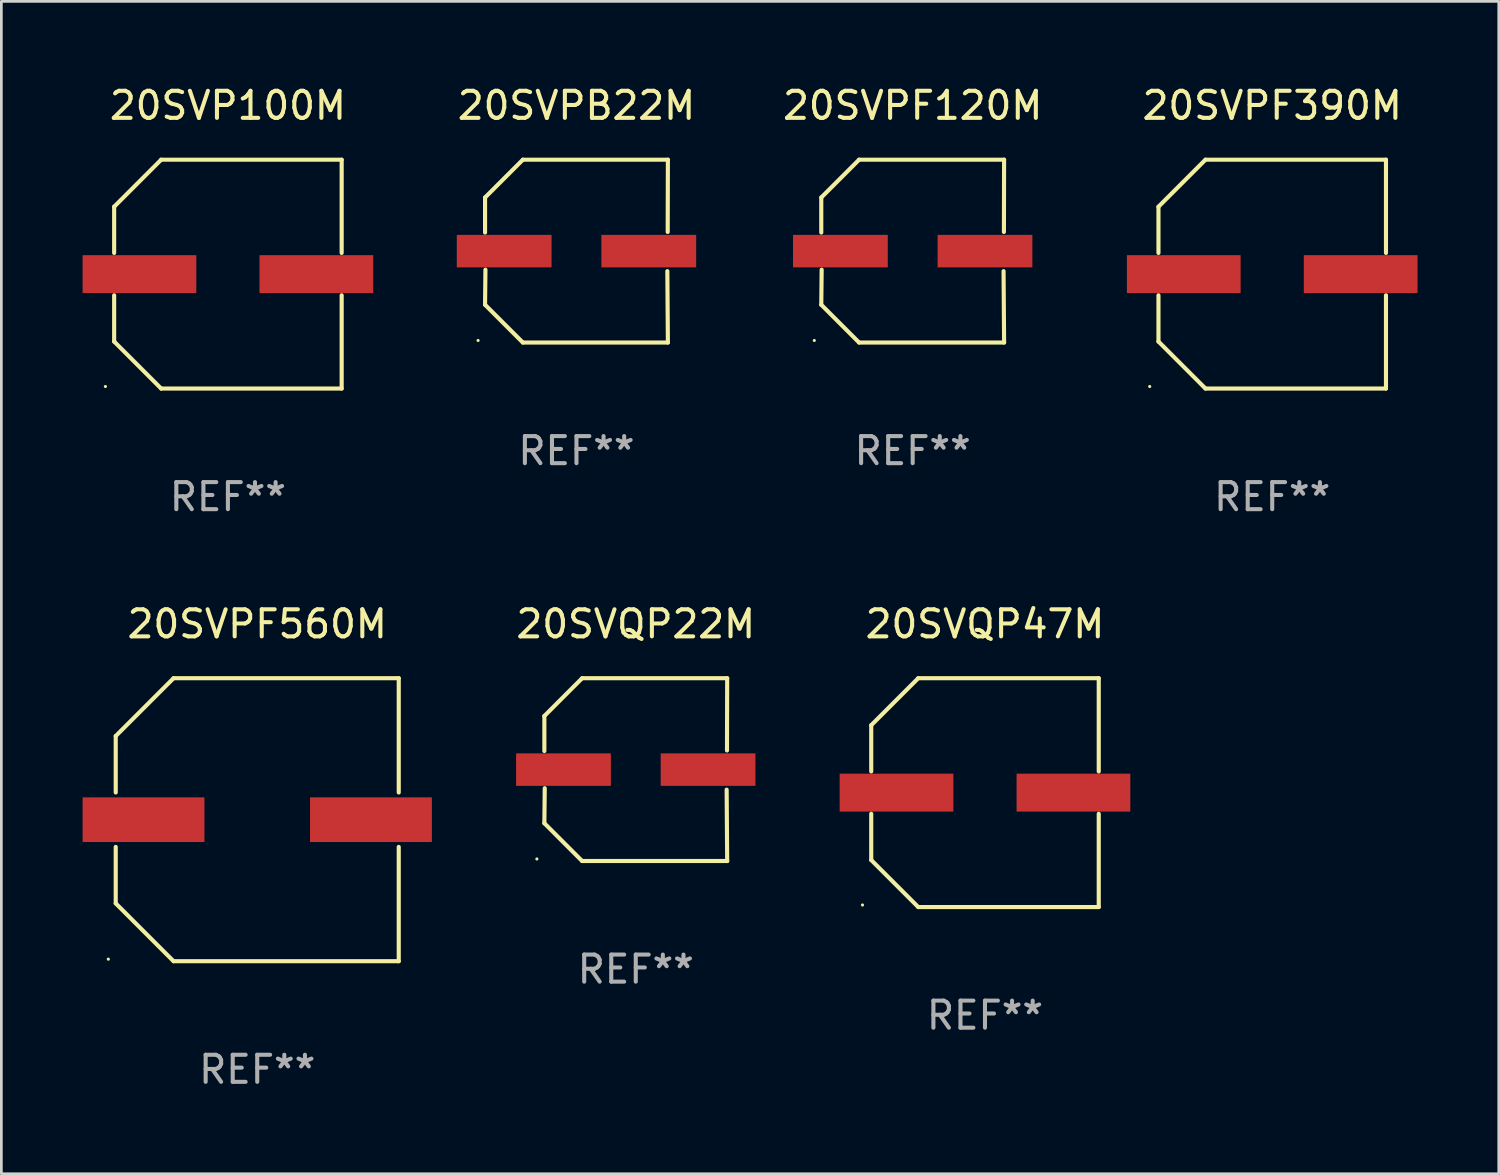
<source format=kicad_pcb>
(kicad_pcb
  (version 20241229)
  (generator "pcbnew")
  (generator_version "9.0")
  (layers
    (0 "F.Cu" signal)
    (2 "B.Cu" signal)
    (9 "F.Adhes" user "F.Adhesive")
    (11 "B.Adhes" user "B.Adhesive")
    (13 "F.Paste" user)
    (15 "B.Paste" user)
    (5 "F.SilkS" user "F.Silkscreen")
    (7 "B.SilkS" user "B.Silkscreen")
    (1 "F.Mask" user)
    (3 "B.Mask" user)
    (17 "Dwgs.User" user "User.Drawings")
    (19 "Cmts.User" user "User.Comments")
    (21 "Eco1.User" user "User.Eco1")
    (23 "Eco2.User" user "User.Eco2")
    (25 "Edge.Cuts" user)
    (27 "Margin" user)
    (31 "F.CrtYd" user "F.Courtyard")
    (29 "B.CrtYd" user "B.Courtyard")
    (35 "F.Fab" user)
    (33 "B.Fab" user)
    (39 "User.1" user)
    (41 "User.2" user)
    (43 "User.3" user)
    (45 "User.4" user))
  (footprint "20SVPF560M"
    (layer "F.Cu")
    (at 6.45 27.223)
    (property "Reference" "20SVPF560M" (at 0 -7.226 0) (layer "F.SilkS") (effects (font (size 1 1) (thickness 0.15))))
    (attr through_hole)
    (fp_line (start -5.226 -3.09) (end -5.226 -1.005) (stroke (width 0.152) (type solid)) (layer "F.SilkS"))
    (fp_line (start -5.226 1.005) (end -5.226 3.09) (stroke (width 0.152) (type solid)) (layer "F.SilkS"))
    (fp_line (start -3.09 -5.226) (end -5.226 -3.09) (stroke (width 0.152) (type solid)) (layer "F.SilkS"))
    (fp_line (start -3.09 5.226) (end -5.226 3.09) (stroke (width 0.152) (type solid)) (layer "F.SilkS"))
    (fp_line (start 5.226 -5.226) (end -3.09 -5.226) (stroke (width 0.152) (type solid)) (layer "F.SilkS"))
    (fp_line (start 5.226 -5.226) (end 5.226 -1.005) (stroke (width 0.152) (type solid)) (layer "F.SilkS"))
    (fp_line (start 5.226 1.005) (end 5.226 5.226) (stroke (width 0.152) (type solid)) (layer "F.SilkS"))
    (fp_line (start 5.226 5.226) (end -3.09 5.226) (stroke (width 0.152) (type solid)) (layer "F.SilkS"))
    (fp_circle (center -5.5 5.15) (end -5.47 5.15) (stroke (width 0.06) (type solid)) (fill no) (layer "F.SilkS"))
    (fp_text user "REF**" (at 0 9.226 0) (layer "F.Fab") (effects (font (size 1 1) (thickness 0.15))))
    (pad "1" smd rect (at -4.2 0.000216) (size 4.5 1.65) (layers "F.Cu" "F.Mask" "F.Paste"))
    (pad "2" smd rect (at 4.2 0.000216) (size 4.5 1.65) (layers "F.Cu" "F.Mask" "F.Paste")))
  (footprint "20SVQP47M"
    (layer "F.Cu")
    (at 33.327 26.223)
    (property "Reference" "20SVQP47M" (at 0 -6.226 0) (layer "F.SilkS") (effects (font (size 1 1) (thickness 0.15))))
    (attr through_hole)
    (fp_line (start -4.201 -2.49) (end -4.201 -0.782) (stroke (width 0.152) (type solid)) (layer "F.SilkS"))
    (fp_line (start -4.201 2.49) (end -4.201 0.782) (stroke (width 0.152) (type solid)) (layer "F.SilkS"))
    (fp_line (start -2.465 -4.226) (end -4.201 -2.49) (stroke (width 0.152) (type solid)) (layer "F.SilkS"))
    (fp_line (start -2.465 4.226) (end -4.201 2.49) (stroke (width 0.152) (type solid)) (layer "F.SilkS"))
    (fp_line (start 4.201 -4.226) (end -2.465 -4.226) (stroke (width 0.152) (type solid)) (layer "F.SilkS"))
    (fp_line (start 4.201 -0.782) (end 4.201 -4.226) (stroke (width 0.152) (type solid)) (layer "F.SilkS"))
    (fp_line (start 4.201 0.782) (end 4.201 4.226) (stroke (width 0.152) (type solid)) (layer "F.SilkS"))
    (fp_line (start 4.201 4.226) (end -2.465 4.226) (stroke (width 0.152) (type solid)) (layer "F.SilkS"))
    (fp_circle (center -4.524 4.15) (end -4.494 4.15) (stroke (width 0.06) (type solid)) (fill no) (layer "F.SilkS"))
    (fp_text user "REF**" (at 0 8.226 0) (layer "F.Fab") (effects (font (size 1 1) (thickness 0.15))))
    (pad "1" smd rect (at -3.267 0) (size 4.2 1.4) (layers "F.Cu" "F.Mask" "F.Paste"))
    (pad "2" smd rect (at 3.267 0) (size 4.2 1.4) (layers "F.Cu" "F.Mask" "F.Paste")))
  (footprint "20SVP100M"
    (layer "F.Cu")
    (at 5.367 7.074)
    (property "Reference" "20SVP100M" (at 0 -6.226 0) (layer "F.SilkS") (effects (font (size 1 1) (thickness 0.15))))
    (attr through_hole)
    (fp_line (start -4.201 -2.49) (end -4.201 -0.782) (stroke (width 0.152) (type solid)) (layer "F.SilkS"))
    (fp_line (start -4.201 2.49) (end -4.201 0.782) (stroke (width 0.152) (type solid)) (layer "F.SilkS"))
    (fp_line (start -2.465 -4.226) (end -4.201 -2.49) (stroke (width 0.152) (type solid)) (layer "F.SilkS"))
    (fp_line (start -2.465 4.226) (end -4.201 2.49) (stroke (width 0.152) (type solid)) (layer "F.SilkS"))
    (fp_line (start 4.201 -4.226) (end -2.465 -4.226) (stroke (width 0.152) (type solid)) (layer "F.SilkS"))
    (fp_line (start 4.201 -0.782) (end 4.201 -4.226) (stroke (width 0.152) (type solid)) (layer "F.SilkS"))
    (fp_line (start 4.201 0.782) (end 4.201 4.226) (stroke (width 0.152) (type solid)) (layer "F.SilkS"))
    (fp_line (start 4.201 4.226) (end -2.465 4.226) (stroke (width 0.152) (type solid)) (layer "F.SilkS"))
    (fp_circle (center -4.524 4.15) (end -4.494 4.15) (stroke (width 0.06) (type solid)) (fill no) (layer "F.SilkS"))
    (fp_text user "REF**" (at 0 8.226 0) (layer "F.Fab") (effects (font (size 1 1) (thickness 0.15))))
    (pad "1" smd rect (at -3.267 0) (size 4.2 1.4) (layers "F.Cu" "F.Mask" "F.Paste"))
    (pad "2" smd rect (at 3.267 0) (size 4.2 1.4) (layers "F.Cu" "F.Mask" "F.Paste")))
  (footprint "20SVQP22M"
    (layer "F.Cu")
    (at 20.43 25.373)
    (property "Reference" "20SVQP22M" (at 0 -5.376 0) (layer "F.SilkS") (effects (font (size 1 1) (thickness 0.15))))
    (attr through_hole)
    (fp_line (start -3.376 -1.98) (end -3.376 -0.686) (stroke (width 0.152) (type solid)) (layer "F.SilkS"))
    (fp_line (start -3.376 1.981) (end -3.362 0.686) (stroke (width 0.152) (type solid)) (layer "F.SilkS"))
    (fp_line (start -1.981 3.376) (end -3.376 1.981) (stroke (width 0.152) (type solid)) (layer "F.SilkS"))
    (fp_line (start -1.98 -3.376) (end -3.376 -1.98) (stroke (width 0.152) (type solid)) (layer "F.SilkS"))
    (fp_line (start 3.356 0.74) (end 3.376 3.376) (stroke (width 0.152) (type solid)) (layer "F.SilkS"))
    (fp_line (start 3.369 -0.707) (end 3.376 -3.376) (stroke (width 0.152) (type solid)) (layer "F.SilkS"))
    (fp_line (start 3.376 3.376) (end -1.981 3.376) (stroke (width 0.152) (type solid)) (layer "F.SilkS"))
    (fp_line (start 3.376 -3.376) (end -1.98 -3.376) (stroke (width 0.152) (type solid)) (layer "F.SilkS"))
    (fp_circle (center -3.652 3.3) (end -3.622 3.3) (stroke (width 0.06) (type solid)) (fill no) (layer "F.SilkS"))
    (fp_text user "REF**" (at 0 7.376 0) (layer "F.Fab") (effects (font (size 1 1) (thickness 0.15))))
    (pad "1" smd rect (at -2.67 0.000229) (size 3.5 1.2) (layers "F.Cu" "F.Mask" "F.Paste"))
    (pad "2" smd rect (at 2.67 0.000229) (size 3.5 1.2) (layers "F.Cu" "F.Mask" "F.Paste")))
  (footprint "20SVPB22M"
    (layer "F.Cu")
    (at 18.24 6.224)
    (property "Reference" "20SVPB22M" (at 0 -5.376 0) (layer "F.SilkS") (effects (font (size 1 1) (thickness 0.15))))
    (attr through_hole)
    (fp_line (start -3.376 -1.98) (end -3.376 -0.686) (stroke (width 0.152) (type solid)) (layer "F.SilkS"))
    (fp_line (start -3.376 1.981) (end -3.362 0.686) (stroke (width 0.152) (type solid)) (layer "F.SilkS"))
    (fp_line (start -1.981 3.376) (end -3.376 1.981) (stroke (width 0.152) (type solid)) (layer "F.SilkS"))
    (fp_line (start -1.98 -3.376) (end -3.376 -1.98) (stroke (width 0.152) (type solid)) (layer "F.SilkS"))
    (fp_line (start 3.356 0.74) (end 3.376 3.376) (stroke (width 0.152) (type solid)) (layer "F.SilkS"))
    (fp_line (start 3.369 -0.707) (end 3.376 -3.376) (stroke (width 0.152) (type solid)) (layer "F.SilkS"))
    (fp_line (start 3.376 3.376) (end -1.981 3.376) (stroke (width 0.152) (type solid)) (layer "F.SilkS"))
    (fp_line (start 3.376 -3.376) (end -1.98 -3.376) (stroke (width 0.152) (type solid)) (layer "F.SilkS"))
    (fp_circle (center -3.634 3.3) (end -3.604 3.3) (stroke (width 0.06) (type solid)) (fill no) (layer "F.SilkS"))
    (fp_text user "REF**" (at 0 7.376 0) (layer "F.Fab") (effects (font (size 1 1) (thickness 0.15))))
    (pad "1" smd rect (at -2.67 0.000254) (size 3.5 1.2) (layers "F.Cu" "F.Mask" "F.Paste"))
    (pad "2" smd rect (at 2.67 0.000254) (size 3.5 1.2) (layers "F.Cu" "F.Mask" "F.Paste")))
  (footprint "20SVPF120M"
    (layer "F.Cu")
    (at 30.657 6.224)
    (property "Reference" "20SVPF120M" (at 0 -5.376 0) (layer "F.SilkS") (effects (font (size 1 1) (thickness 0.15))))
    (attr through_hole)
    (fp_line (start -3.376 -1.98) (end -3.376 -0.686) (stroke (width 0.152) (type solid)) (layer "F.SilkS"))
    (fp_line (start -3.376 1.981) (end -3.362 0.686) (stroke (width 0.152) (type solid)) (layer "F.SilkS"))
    (fp_line (start -1.981 3.376) (end -3.376 1.981) (stroke (width 0.152) (type solid)) (layer "F.SilkS"))
    (fp_line (start -1.98 -3.376) (end -3.376 -1.98) (stroke (width 0.152) (type solid)) (layer "F.SilkS"))
    (fp_line (start 3.356 0.74) (end 3.376 3.376) (stroke (width 0.152) (type solid)) (layer "F.SilkS"))
    (fp_line (start 3.369 -0.707) (end 3.376 -3.376) (stroke (width 0.152) (type solid)) (layer "F.SilkS"))
    (fp_line (start 3.376 3.376) (end -1.981 3.376) (stroke (width 0.152) (type solid)) (layer "F.SilkS"))
    (fp_line (start 3.376 -3.376) (end -1.98 -3.376) (stroke (width 0.152) (type solid)) (layer "F.SilkS"))
    (fp_circle (center -3.634 3.3) (end -3.604 3.3) (stroke (width 0.06) (type solid)) (fill no) (layer "F.SilkS"))
    (fp_text user "REF**" (at 0 7.376 0) (layer "F.Fab") (effects (font (size 1 1) (thickness 0.15))))
    (pad "1" smd rect (at -2.67 0.000254) (size 3.5 1.2) (layers "F.Cu" "F.Mask" "F.Paste"))
    (pad "2" smd rect (at 2.67 0.000254) (size 3.5 1.2) (layers "F.Cu" "F.Mask" "F.Paste")))
  (footprint "20SVPF390M"
    (layer "F.Cu")
    (at 43.935 7.074)
    (property "Reference" "20SVPF390M" (at 0 -6.226 0) (layer "F.SilkS") (effects (font (size 1 1) (thickness 0.15))))
    (attr through_hole)
    (fp_line (start -4.201 -2.49) (end -4.201 -0.782) (stroke (width 0.152) (type solid)) (layer "F.SilkS"))
    (fp_line (start -4.201 2.49) (end -4.201 0.782) (stroke (width 0.152) (type solid)) (layer "F.SilkS"))
    (fp_line (start -2.465 -4.226) (end -4.201 -2.49) (stroke (width 0.152) (type solid)) (layer "F.SilkS"))
    (fp_line (start -2.465 4.226) (end -4.201 2.49) (stroke (width 0.152) (type solid)) (layer "F.SilkS"))
    (fp_line (start 4.201 -4.226) (end -2.465 -4.226) (stroke (width 0.152) (type solid)) (layer "F.SilkS"))
    (fp_line (start 4.201 -0.782) (end 4.201 -4.226) (stroke (width 0.152) (type solid)) (layer "F.SilkS"))
    (fp_line (start 4.201 0.782) (end 4.201 4.226) (stroke (width 0.152) (type solid)) (layer "F.SilkS"))
    (fp_line (start 4.201 4.226) (end -2.465 4.226) (stroke (width 0.152) (type solid)) (layer "F.SilkS"))
    (fp_circle (center -4.524 4.15) (end -4.494 4.15) (stroke (width 0.06) (type solid)) (fill no) (layer "F.SilkS"))
    (fp_text user "REF**" (at 0 8.226 0) (layer "F.Fab") (effects (font (size 1 1) (thickness 0.15))))
    (pad "1" smd rect (at -3.267 0) (size 4.2 1.4) (layers "F.Cu" "F.Mask" "F.Paste"))
    (pad "2" smd rect (at 3.267 0) (size 4.2 1.4) (layers "F.Cu" "F.Mask" "F.Paste")))
  (gr_rect
    (start -3 -3)
    (end 52.302 40.298)
    (stroke (width 0.1) (type default))
    (fill no)
    (layer "Edge.Cuts")))
</source>
